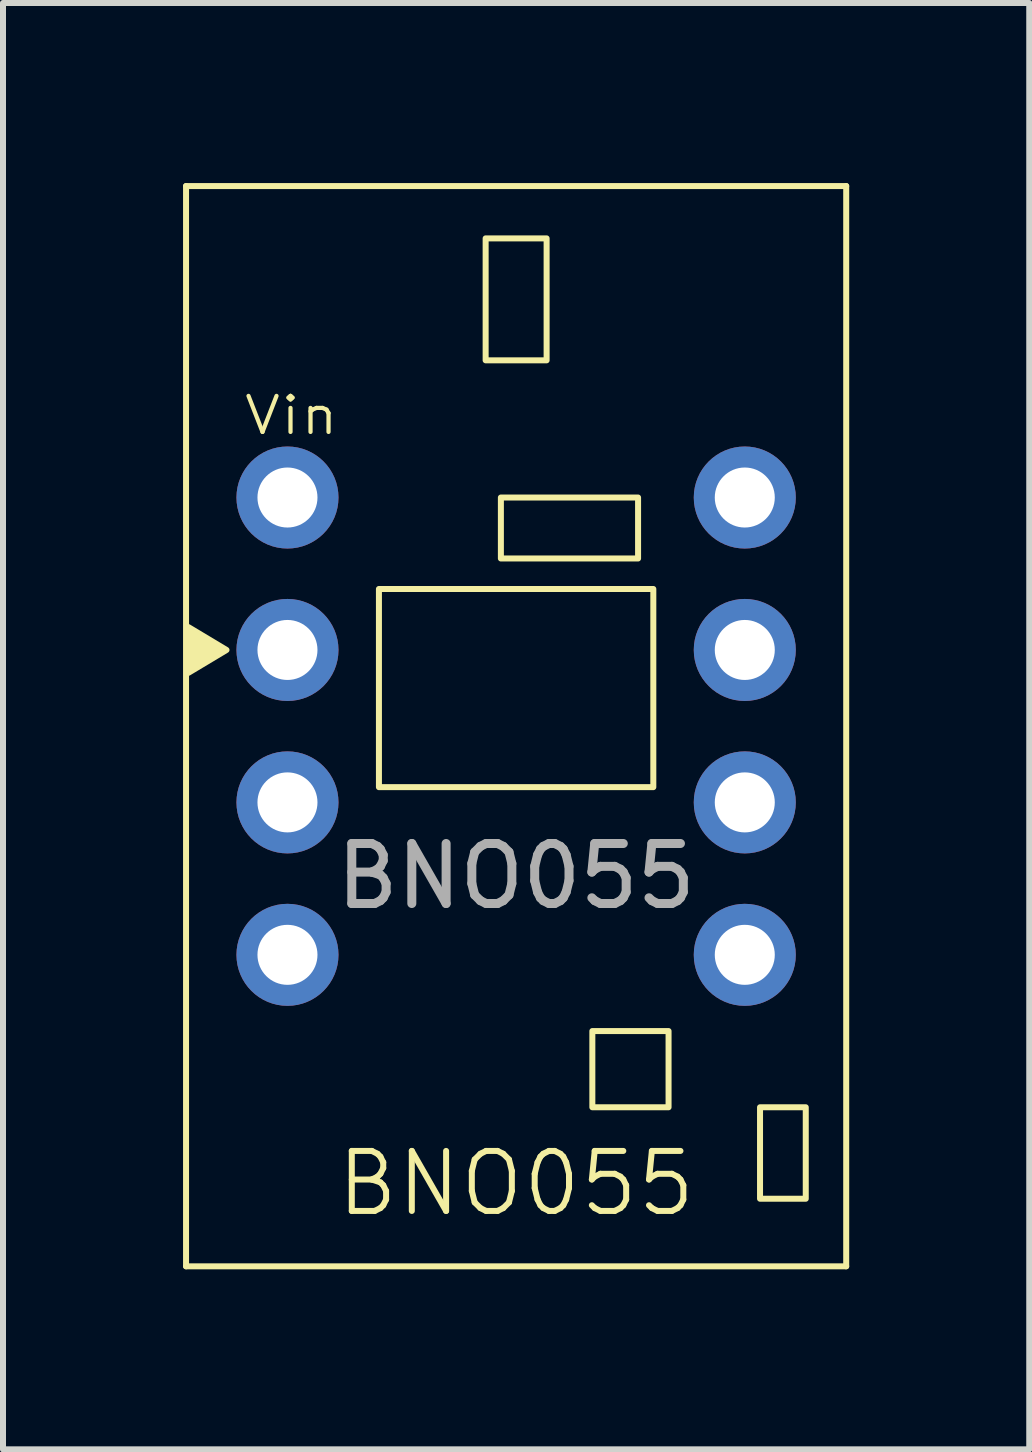
<source format=kicad_pcb>
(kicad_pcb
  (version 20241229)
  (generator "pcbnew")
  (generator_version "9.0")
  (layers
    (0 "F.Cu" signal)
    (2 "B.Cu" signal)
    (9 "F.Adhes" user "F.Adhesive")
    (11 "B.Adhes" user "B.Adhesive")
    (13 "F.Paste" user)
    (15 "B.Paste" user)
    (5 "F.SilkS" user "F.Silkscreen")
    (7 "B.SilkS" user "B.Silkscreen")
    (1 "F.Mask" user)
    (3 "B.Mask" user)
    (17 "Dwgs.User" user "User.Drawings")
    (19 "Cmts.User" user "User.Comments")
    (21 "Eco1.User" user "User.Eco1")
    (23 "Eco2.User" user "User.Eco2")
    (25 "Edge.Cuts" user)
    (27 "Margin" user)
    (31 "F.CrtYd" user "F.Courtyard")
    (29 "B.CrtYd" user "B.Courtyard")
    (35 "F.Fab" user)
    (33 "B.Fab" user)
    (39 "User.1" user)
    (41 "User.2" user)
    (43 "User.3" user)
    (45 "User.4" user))
  (footprint "BNO055"
    (layer "F.Cu")
    (at 5.55 9.05)
    (property "Reference" "BNO055" (at 0 7.62 0) (unlocked yes) (layer "F.SilkS") (effects (font (size 1 1) (thickness 0.1))))
    (attr smd)
    (fp_line (start -5.5 -9) (end -5.5 9) (stroke (width 0.1) (type default)) (layer "F.SilkS"))
    (fp_line (start -5.5 -9) (end 5.5 -9) (stroke (width 0.1) (type default)) (layer "F.SilkS"))
    (fp_line (start -5.5 9) (end 5.5 9) (stroke (width 0.1) (type default)) (layer "F.SilkS"))
    (fp_line (start 5.5 9) (end 5.5 -9) (stroke (width 0.1) (type default)) (layer "F.SilkS"))
    (fp_rect (start -2.286 -2.286) (end 2.286 1.016) (stroke (width 0.1) (type default)) (fill no) (layer "F.SilkS"))
    (fp_rect (start -0.508 -8.128) (end 0.508 -6.096) (stroke (width 0.1) (type default)) (fill no) (layer "F.SilkS"))
    (fp_rect (start -0.254 -3.81) (end 2.032 -2.794) (stroke (width 0.1) (type default)) (fill no) (layer "F.SilkS"))
    (fp_rect (start 1.27 5.08) (end 2.54 6.35) (stroke (width 0.1) (type default)) (fill no) (layer "F.SilkS"))
    (fp_rect (start 4.064 6.35) (end 4.826 7.874) (stroke (width 0.1) (type default)) (fill no) (layer "F.SilkS"))
    (fp_poly (pts (xy -5.461 -1.651) (xy -4.826 -1.27) (xy -5.461 -0.889)) (stroke (width 0.1) (type solid)) (fill yes) (layer "F.SilkS"))
    (fp_text user "Vin" (at -4.572 -4.826 0) (unlocked yes) (layer "F.SilkS") (effects (font (size 0.6 0.7) (thickness 0.07)) (justify left bottom)))
    (fp_text user "${REFERENCE}" (at 0 2.5 0) (unlocked yes) (layer "F.Fab") (effects (font (size 1 1) (thickness 0.15))))
    (pad "1" thru_hole circle (at -3.81 -3.81) (size 1.7 1.7) (drill 1) (layers "*.Cu" "*.Mask"))
    (pad "2" thru_hole circle (at -3.81 -1.27) (size 1.7 1.7) (drill 1) (layers "*.Cu" "*.Mask"))
    (pad "3" thru_hole circle (at -3.81 1.27) (size 1.7 1.7) (drill 1) (layers "*.Cu" "*.Mask"))
    (pad "4" thru_hole circle (at -3.81 3.81) (size 1.7 1.7) (drill 1) (layers "*.Cu" "*.Mask"))
    (pad "5" thru_hole circle (at 3.81 3.81) (size 1.7 1.7) (drill 1) (layers "*.Cu" "*.Mask"))
    (pad "6" thru_hole circle (at 3.81 1.27) (size 1.7 1.7) (drill 1) (layers "*.Cu" "*.Mask"))
    (pad "7" thru_hole circle (at 3.81 -1.27) (size 1.7 1.7) (drill 1) (layers "*.Cu" "*.Mask"))
    (pad "8" thru_hole circle (at 3.81 -3.81) (size 1.7 1.7) (drill 1) (layers "*.Cu" "*.Mask")))
  (gr_rect
    (start -3 -3)
    (end 14.1 21.1)
    (stroke (width 0.1) (type default))
    (fill no)
    (layer "Edge.Cuts")))
</source>
